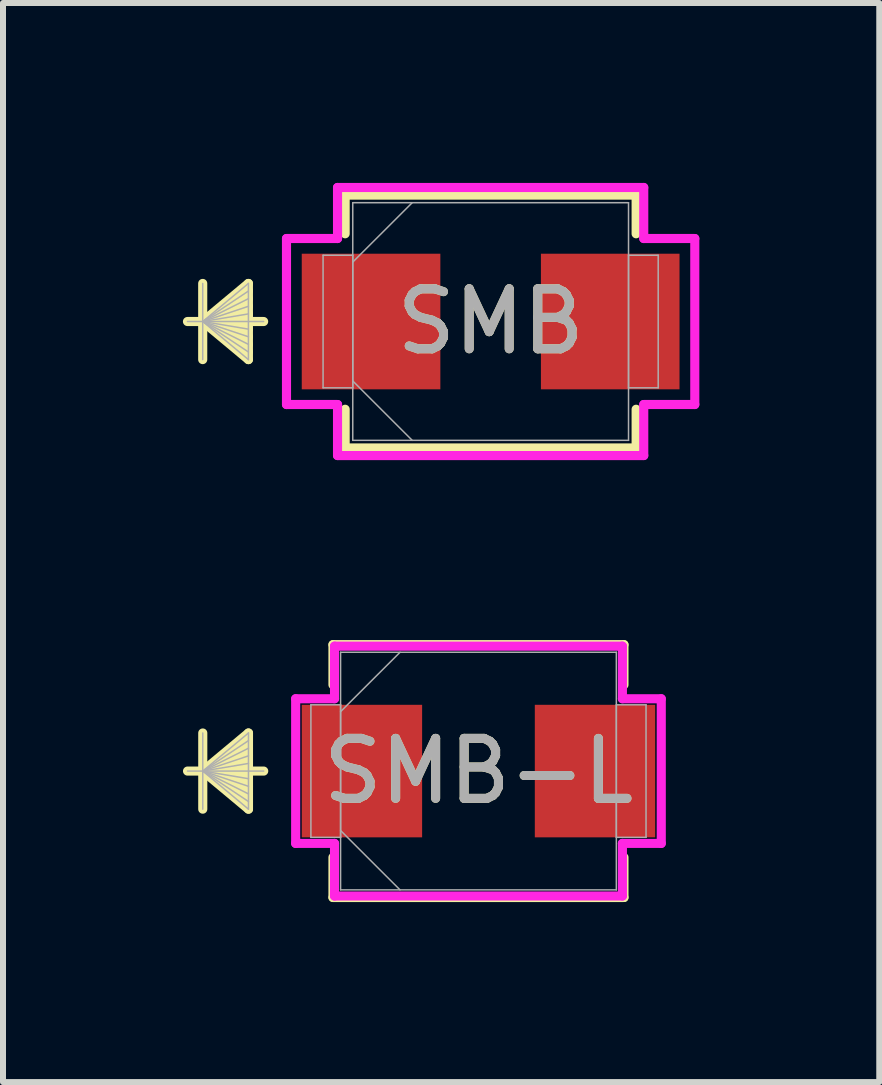
<source format=kicad_pcb>
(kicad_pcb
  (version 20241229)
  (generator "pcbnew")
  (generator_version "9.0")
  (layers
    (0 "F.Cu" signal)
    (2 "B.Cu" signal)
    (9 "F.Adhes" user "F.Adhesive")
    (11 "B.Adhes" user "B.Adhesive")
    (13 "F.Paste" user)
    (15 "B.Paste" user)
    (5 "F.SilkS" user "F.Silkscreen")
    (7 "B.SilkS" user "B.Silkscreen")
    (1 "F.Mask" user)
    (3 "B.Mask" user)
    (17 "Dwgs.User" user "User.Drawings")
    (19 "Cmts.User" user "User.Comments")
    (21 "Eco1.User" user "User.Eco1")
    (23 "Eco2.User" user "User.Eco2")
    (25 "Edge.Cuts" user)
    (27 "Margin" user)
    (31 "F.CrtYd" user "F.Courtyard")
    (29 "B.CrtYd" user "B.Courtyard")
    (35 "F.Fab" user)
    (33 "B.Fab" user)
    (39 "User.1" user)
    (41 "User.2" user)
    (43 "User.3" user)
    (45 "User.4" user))
  (footprint "SMB"
    (layer "F.Cu")
    (at 5.131 2.311)
    (property "Reference" "SMB" (at 0 0 0) (unlocked yes) (layer "F.SilkS") (effects (font (size 1 1) (thickness 0.15))))
    (attr smd)
    (fp_line (start -4.801 -0.635) (end -4.801 0.635) (stroke (width 0.152) (type solid)) (layer "F.SilkS"))
    (fp_line (start -4.801 0) (end -4.039 -0.635) (stroke (width 0.152) (type solid)) (layer "F.SilkS"))
    (fp_line (start -4.801 0) (end -4.039 -0.508) (stroke (width 0.152) (type solid)) (layer "F.SilkS"))
    (fp_line (start -4.801 0) (end -4.039 -0.381) (stroke (width 0.152) (type solid)) (layer "F.SilkS"))
    (fp_line (start -4.801 0) (end -4.039 -0.254) (stroke (width 0.152) (type solid)) (layer "F.SilkS"))
    (fp_line (start -4.801 0) (end -4.039 -0.127) (stroke (width 0.152) (type solid)) (layer "F.SilkS"))
    (fp_line (start -4.801 0) (end -4.039 0.127) (stroke (width 0.152) (type solid)) (layer "F.SilkS"))
    (fp_line (start -4.801 0) (end -4.039 0.254) (stroke (width 0.152) (type solid)) (layer "F.SilkS"))
    (fp_line (start -4.801 0) (end -4.039 0.381) (stroke (width 0.152) (type solid)) (layer "F.SilkS"))
    (fp_line (start -4.801 0) (end -4.039 0.508) (stroke (width 0.152) (type solid)) (layer "F.SilkS"))
    (fp_line (start -4.801 0) (end -4.039 0.635) (stroke (width 0.152) (type solid)) (layer "F.SilkS"))
    (fp_line (start -4.039 -0.635) (end -4.039 0.635) (stroke (width 0.152) (type solid)) (layer "F.SilkS"))
    (fp_line (start -3.785 0) (end -5.055 0) (stroke (width 0.152) (type solid)) (layer "F.SilkS"))
    (fp_line (start -2.426 -2.108) (end -2.426 -1.463) (stroke (width 0.152) (type solid)) (layer "F.SilkS"))
    (fp_line (start -2.426 1.463) (end -2.426 2.108) (stroke (width 0.152) (type solid)) (layer "F.SilkS"))
    (fp_line (start -2.426 2.108) (end 2.426 2.108) (stroke (width 0.152) (type solid)) (layer "F.SilkS"))
    (fp_line (start 2.426 -2.108) (end -2.426 -2.108) (stroke (width 0.152) (type solid)) (layer "F.SilkS"))
    (fp_line (start 2.426 -1.463) (end 2.426 -2.108) (stroke (width 0.152) (type solid)) (layer "F.SilkS"))
    (fp_line (start 2.426 2.108) (end 2.426 1.463) (stroke (width 0.152) (type solid)) (layer "F.SilkS"))
    (fp_line (start -3.404 -1.384) (end -2.553 -1.384) (stroke (width 0.152) (type solid)) (layer "F.CrtYd"))
    (fp_line (start -3.404 1.384) (end -3.404 -1.384) (stroke (width 0.152) (type solid)) (layer "F.CrtYd"))
    (fp_line (start -2.553 -2.235) (end 2.553 -2.235) (stroke (width 0.152) (type solid)) (layer "F.CrtYd"))
    (fp_line (start -2.553 -1.384) (end -2.553 -2.235) (stroke (width 0.152) (type solid)) (layer "F.CrtYd"))
    (fp_line (start -2.553 1.384) (end -3.404 1.384) (stroke (width 0.152) (type solid)) (layer "F.CrtYd"))
    (fp_line (start -2.553 2.235) (end -2.553 1.384) (stroke (width 0.152) (type solid)) (layer "F.CrtYd"))
    (fp_line (start 2.553 -2.235) (end 2.553 -1.384) (stroke (width 0.152) (type solid)) (layer "F.CrtYd"))
    (fp_line (start 2.553 -1.384) (end 3.404 -1.384) (stroke (width 0.152) (type solid)) (layer "F.CrtYd"))
    (fp_line (start 2.553 1.384) (end 2.553 2.235) (stroke (width 0.152) (type solid)) (layer "F.CrtYd"))
    (fp_line (start 2.553 2.235) (end -2.553 2.235) (stroke (width 0.152) (type solid)) (layer "F.CrtYd"))
    (fp_line (start 3.404 -1.384) (end 3.404 1.384) (stroke (width 0.152) (type solid)) (layer "F.CrtYd"))
    (fp_line (start 3.404 1.384) (end 2.553 1.384) (stroke (width 0.152) (type solid)) (layer "F.CrtYd"))
    (fp_line (start -4.801 -0.635) (end -4.801 0.635) (stroke (width 0.025) (type solid)) (layer "F.Fab"))
    (fp_line (start -4.801 0) (end -4.039 -0.635) (stroke (width 0.025) (type solid)) (layer "F.Fab"))
    (fp_line (start -4.801 0) (end -4.039 -0.508) (stroke (width 0.025) (type solid)) (layer "F.Fab"))
    (fp_line (start -4.801 0) (end -4.039 -0.381) (stroke (width 0.025) (type solid)) (layer "F.Fab"))
    (fp_line (start -4.801 0) (end -4.039 -0.254) (stroke (width 0.025) (type solid)) (layer "F.Fab"))
    (fp_line (start -4.801 0) (end -4.039 -0.127) (stroke (width 0.025) (type solid)) (layer "F.Fab"))
    (fp_line (start -4.801 0) (end -4.039 0.127) (stroke (width 0.025) (type solid)) (layer "F.Fab"))
    (fp_line (start -4.801 0) (end -4.039 0.254) (stroke (width 0.025) (type solid)) (layer "F.Fab"))
    (fp_line (start -4.801 0) (end -4.039 0.381) (stroke (width 0.025) (type solid)) (layer "F.Fab"))
    (fp_line (start -4.801 0) (end -4.039 0.508) (stroke (width 0.025) (type solid)) (layer "F.Fab"))
    (fp_line (start -4.801 0) (end -4.039 0.635) (stroke (width 0.025) (type solid)) (layer "F.Fab"))
    (fp_line (start -4.039 -0.635) (end -4.039 0.635) (stroke (width 0.025) (type solid)) (layer "F.Fab"))
    (fp_line (start -3.785 0) (end -5.055 0) (stroke (width 0.025) (type solid)) (layer "F.Fab"))
    (fp_line (start -2.794 -1.105) (end -2.794 1.105) (stroke (width 0.025) (type solid)) (layer "F.Fab"))
    (fp_line (start -2.794 1.105) (end -2.299 1.105) (stroke (width 0.025) (type solid)) (layer "F.Fab"))
    (fp_line (start -2.299 -1.981) (end -2.299 1.981) (stroke (width 0.025) (type solid)) (layer "F.Fab"))
    (fp_line (start -2.299 -1.105) (end -2.794 -1.105) (stroke (width 0.025) (type solid)) (layer "F.Fab"))
    (fp_line (start -2.299 -0.991) (end -1.308 -1.981) (stroke (width 0.025) (type solid)) (layer "F.Fab"))
    (fp_line (start -2.299 0.991) (end -1.308 1.981) (stroke (width 0.025) (type solid)) (layer "F.Fab"))
    (fp_line (start -2.299 1.105) (end -2.299 -1.105) (stroke (width 0.025) (type solid)) (layer "F.Fab"))
    (fp_line (start -2.299 1.981) (end 2.299 1.981) (stroke (width 0.025) (type solid)) (layer "F.Fab"))
    (fp_line (start 2.299 -1.981) (end -2.299 -1.981) (stroke (width 0.025) (type solid)) (layer "F.Fab"))
    (fp_line (start 2.299 -1.105) (end 2.299 1.105) (stroke (width 0.025) (type solid)) (layer "F.Fab"))
    (fp_line (start 2.299 1.105) (end 2.794 1.105) (stroke (width 0.025) (type solid)) (layer "F.Fab"))
    (fp_line (start 2.299 1.981) (end 2.299 -1.981) (stroke (width 0.025) (type solid)) (layer "F.Fab"))
    (fp_line (start 2.794 -1.105) (end 2.299 -1.105) (stroke (width 0.025) (type solid)) (layer "F.Fab"))
    (fp_line (start 2.794 1.105) (end 2.794 -1.105) (stroke (width 0.025) (type solid)) (layer "F.Fab"))
    (fp_text user "${REFERENCE}" (at 0 0 0) (unlocked yes) (layer "F.Fab") (effects (font (size 1 1) (thickness 0.15))))
    (pad "1" smd rect (at -1.994 0) (size 2.311 2.261) (layers "F.Cu" "F.Mask" "F.Paste"))
    (pad "2" smd rect (at 1.994 0) (size 2.311 2.261) (layers "F.Cu" "F.Mask" "F.Paste"))
    (zone (net_name "") (layer "F.Cu") (hatch full 0.508) (connect_pads) (min_thickness 0.254) (filled_areas_thickness no) (keepout (tracks not_allowed) (vias not_allowed) (pads allowed) (copperpour not_allowed) (footprints allowed)) (placement (enabled no)) (fill) (polygon (pts (xy 4.343 0.381) (xy 5.918 0.381) (xy 5.918 4.242) (xy 4.343 4.242)))))
  (footprint "SMB-L"
    (layer "F.Cu")
    (at 4.928 9.807)
    (property "Reference" "SMB-L" (at 0 0 0) (unlocked yes) (layer "F.SilkS") (effects (font (size 1 1) (thickness 0.15))))
    (attr smd)
    (fp_line (start -4.597 -0.635) (end -4.597 0.635) (stroke (width 0.152) (type solid)) (layer "F.SilkS"))
    (fp_line (start -4.597 0) (end -3.835 -0.635) (stroke (width 0.152) (type solid)) (layer "F.SilkS"))
    (fp_line (start -4.597 0) (end -3.835 -0.508) (stroke (width 0.152) (type solid)) (layer "F.SilkS"))
    (fp_line (start -4.597 0) (end -3.835 -0.381) (stroke (width 0.152) (type solid)) (layer "F.SilkS"))
    (fp_line (start -4.597 0) (end -3.835 -0.254) (stroke (width 0.152) (type solid)) (layer "F.SilkS"))
    (fp_line (start -4.597 0) (end -3.835 -0.127) (stroke (width 0.152) (type solid)) (layer "F.SilkS"))
    (fp_line (start -4.597 0) (end -3.835 0.127) (stroke (width 0.152) (type solid)) (layer "F.SilkS"))
    (fp_line (start -4.597 0) (end -3.835 0.254) (stroke (width 0.152) (type solid)) (layer "F.SilkS"))
    (fp_line (start -4.597 0) (end -3.835 0.381) (stroke (width 0.152) (type solid)) (layer "F.SilkS"))
    (fp_line (start -4.597 0) (end -3.835 0.508) (stroke (width 0.152) (type solid)) (layer "F.SilkS"))
    (fp_line (start -4.597 0) (end -3.835 0.635) (stroke (width 0.152) (type solid)) (layer "F.SilkS"))
    (fp_line (start -3.835 -0.635) (end -3.835 0.635) (stroke (width 0.152) (type solid)) (layer "F.SilkS"))
    (fp_line (start -3.581 0) (end -4.851 0) (stroke (width 0.152) (type solid)) (layer "F.SilkS"))
    (fp_line (start -2.426 -2.108) (end -2.426 -1.438) (stroke (width 0.152) (type solid)) (layer "F.SilkS"))
    (fp_line (start -2.426 1.438) (end -2.426 2.108) (stroke (width 0.152) (type solid)) (layer "F.SilkS"))
    (fp_line (start -2.426 2.108) (end 2.426 2.108) (stroke (width 0.152) (type solid)) (layer "F.SilkS"))
    (fp_line (start 2.426 -2.108) (end -2.426 -2.108) (stroke (width 0.152) (type solid)) (layer "F.SilkS"))
    (fp_line (start 2.426 -1.438) (end 2.426 -2.108) (stroke (width 0.152) (type solid)) (layer "F.SilkS"))
    (fp_line (start 2.426 2.108) (end 2.426 1.438) (stroke (width 0.152) (type solid)) (layer "F.SilkS"))
    (fp_line (start -3.048 -1.206) (end -2.4 -1.206) (stroke (width 0.152) (type solid)) (layer "F.CrtYd"))
    (fp_line (start -3.048 1.206) (end -3.048 -1.206) (stroke (width 0.152) (type solid)) (layer "F.CrtYd"))
    (fp_line (start -2.4 -2.083) (end 2.4 -2.083) (stroke (width 0.152) (type solid)) (layer "F.CrtYd"))
    (fp_line (start -2.4 -1.206) (end -2.4 -2.083) (stroke (width 0.152) (type solid)) (layer "F.CrtYd"))
    (fp_line (start -2.4 1.206) (end -3.048 1.206) (stroke (width 0.152) (type solid)) (layer "F.CrtYd"))
    (fp_line (start -2.4 2.083) (end -2.4 1.206) (stroke (width 0.152) (type solid)) (layer "F.CrtYd"))
    (fp_line (start 2.4 -2.083) (end 2.4 -1.206) (stroke (width 0.152) (type solid)) (layer "F.CrtYd"))
    (fp_line (start 2.4 -1.206) (end 3.048 -1.206) (stroke (width 0.152) (type solid)) (layer "F.CrtYd"))
    (fp_line (start 2.4 1.206) (end 2.4 2.083) (stroke (width 0.152) (type solid)) (layer "F.CrtYd"))
    (fp_line (start 2.4 2.083) (end -2.4 2.083) (stroke (width 0.152) (type solid)) (layer "F.CrtYd"))
    (fp_line (start 3.048 -1.206) (end 3.048 1.206) (stroke (width 0.152) (type solid)) (layer "F.CrtYd"))
    (fp_line (start 3.048 1.206) (end 2.4 1.206) (stroke (width 0.152) (type solid)) (layer "F.CrtYd"))
    (fp_line (start -4.597 -0.635) (end -4.597 0.635) (stroke (width 0.025) (type solid)) (layer "F.Fab"))
    (fp_line (start -4.597 0) (end -3.835 -0.635) (stroke (width 0.025) (type solid)) (layer "F.Fab"))
    (fp_line (start -4.597 0) (end -3.835 -0.508) (stroke (width 0.025) (type solid)) (layer "F.Fab"))
    (fp_line (start -4.597 0) (end -3.835 -0.381) (stroke (width 0.025) (type solid)) (layer "F.Fab"))
    (fp_line (start -4.597 0) (end -3.835 -0.254) (stroke (width 0.025) (type solid)) (layer "F.Fab"))
    (fp_line (start -4.597 0) (end -3.835 -0.127) (stroke (width 0.025) (type solid)) (layer "F.Fab"))
    (fp_line (start -4.597 0) (end -3.835 0.127) (stroke (width 0.025) (type solid)) (layer "F.Fab"))
    (fp_line (start -4.597 0) (end -3.835 0.254) (stroke (width 0.025) (type solid)) (layer "F.Fab"))
    (fp_line (start -4.597 0) (end -3.835 0.381) (stroke (width 0.025) (type solid)) (layer "F.Fab"))
    (fp_line (start -4.597 0) (end -3.835 0.508) (stroke (width 0.025) (type solid)) (layer "F.Fab"))
    (fp_line (start -4.597 0) (end -3.835 0.635) (stroke (width 0.025) (type solid)) (layer "F.Fab"))
    (fp_line (start -3.835 -0.635) (end -3.835 0.635) (stroke (width 0.025) (type solid)) (layer "F.Fab"))
    (fp_line (start -3.581 0) (end -4.851 0) (stroke (width 0.025) (type solid)) (layer "F.Fab"))
    (fp_line (start -2.794 -1.105) (end -2.794 1.105) (stroke (width 0.025) (type solid)) (layer "F.Fab"))
    (fp_line (start -2.794 1.105) (end -2.299 1.105) (stroke (width 0.025) (type solid)) (layer "F.Fab"))
    (fp_line (start -2.299 -1.981) (end -2.299 1.981) (stroke (width 0.025) (type solid)) (layer "F.Fab"))
    (fp_line (start -2.299 -1.105) (end -2.794 -1.105) (stroke (width 0.025) (type solid)) (layer "F.Fab"))
    (fp_line (start -2.299 -0.991) (end -1.308 -1.981) (stroke (width 0.025) (type solid)) (layer "F.Fab"))
    (fp_line (start -2.299 0.991) (end -1.308 1.981) (stroke (width 0.025) (type solid)) (layer "F.Fab"))
    (fp_line (start -2.299 1.105) (end -2.299 -1.105) (stroke (width 0.025) (type solid)) (layer "F.Fab"))
    (fp_line (start -2.299 1.981) (end 2.299 1.981) (stroke (width 0.025) (type solid)) (layer "F.Fab"))
    (fp_line (start 2.299 -1.981) (end -2.299 -1.981) (stroke (width 0.025) (type solid)) (layer "F.Fab"))
    (fp_line (start 2.299 -1.105) (end 2.299 1.105) (stroke (width 0.025) (type solid)) (layer "F.Fab"))
    (fp_line (start 2.299 1.105) (end 2.794 1.105) (stroke (width 0.025) (type solid)) (layer "F.Fab"))
    (fp_line (start 2.299 1.981) (end 2.299 -1.981) (stroke (width 0.025) (type solid)) (layer "F.Fab"))
    (fp_line (start 2.794 -1.105) (end 2.299 -1.105) (stroke (width 0.025) (type solid)) (layer "F.Fab"))
    (fp_line (start 2.794 1.105) (end 2.794 -1.105) (stroke (width 0.025) (type solid)) (layer "F.Fab"))
    (fp_text user "${REFERENCE}" (at 0 0 0) (unlocked yes) (layer "F.Fab") (effects (font (size 1 1) (thickness 0.15))))
    (pad "1" smd rect (at -1.943 0) (size 2.007 2.21) (layers "F.Cu" "F.Mask" "F.Paste"))
    (pad "2" smd rect (at 1.943 0) (size 2.007 2.21) (layers "F.Cu" "F.Mask" "F.Paste"))
    (zone (net_name "") (layer "F.Cu") (hatch full 0.508) (connect_pads) (min_thickness 0.254) (filled_areas_thickness no) (keepout (tracks not_allowed) (vias not_allowed) (pads allowed) (copperpour not_allowed) (footprints allowed)) (placement (enabled no)) (fill) (polygon (pts (xy 4.039 7.877) (xy 5.817 7.877) (xy 5.817 11.738) (xy 4.039 11.738)))))
  (gr_rect
    (start -3 -3)
    (end 11.611 14.992)
    (stroke (width 0.1) (type default))
    (fill no)
    (layer "Edge.Cuts")))
</source>
